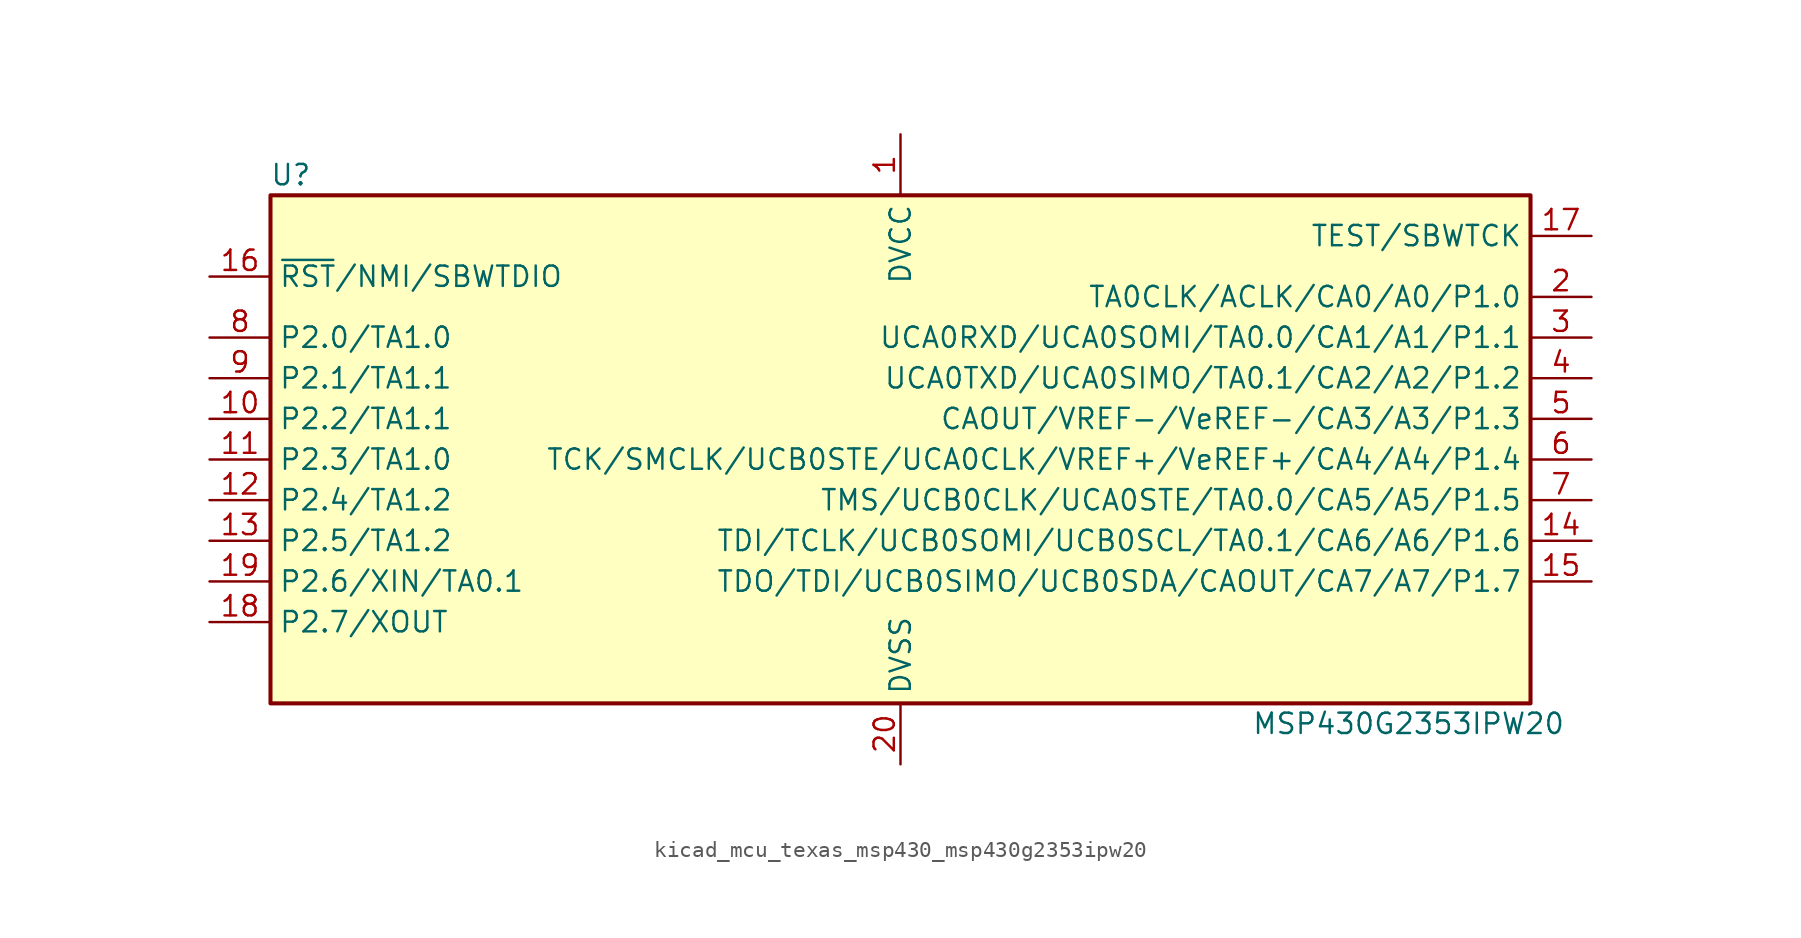
<source format=kicad_sym>
(kicad_symbol_lib
  (version 20220914)
  (generator kicad_symbol_editor)
  (symbol "kicad_mcu_texas_msp430_msp430g2353ipw20"
    (property "Reference" "U"
      (at -38.1 17.78 0)
      (effects (font (size 1.27 1.27))))
    (property "Value" "MSP430G2353IPW20"
      (at 31.75 -16.51 0)
      (effects (font (size 1.27 1.27))))
    (symbol "kicad_mcu_texas_msp430_msp430g2353ipw20_0_1"
      (rectangle (start -39.37 16.51) (end 39.37 -15.24) (stroke (width 0.254) (type default)) (fill (type background))))
    (symbol "kicad_mcu_texas_msp430_msp430g2353ipw20_1_1"
      (pin power_in line (at 0 20.32 270) (length 3.81) (name "DVCC" (effects (font (size 1.27 1.27)))) (number "1" (effects (font (size 1.27 1.27)))))
      (pin bidirectional line (at -43.18 2.54 0) (length 3.81) (name "P2.2/TA1.1" (effects (font (size 1.27 1.27)))) (number "10" (effects (font (size 1.27 1.27)))))
      (pin bidirectional line (at -43.18 0 0) (length 3.81) (name "P2.3/TA1.0" (effects (font (size 1.27 1.27)))) (number "11" (effects (font (size 1.27 1.27)))))
      (pin bidirectional line (at -43.18 -2.54 0) (length 3.81) (name "P2.4/TA1.2" (effects (font (size 1.27 1.27)))) (number "12" (effects (font (size 1.27 1.27)))))
      (pin bidirectional line (at -43.18 -5.08 0) (length 3.81) (name "P2.5/TA1.2" (effects (font (size 1.27 1.27)))) (number "13" (effects (font (size 1.27 1.27)))))
      (pin bidirectional line (at 43.18 -5.08 180) (length 3.81) (name "TDI/TCLK/UCB0SOMI/UCB0SCL/TA0.1/CA6/A6/P1.6" (effects (font (size 1.27 1.27)))) (number "14" (effects (font (size 1.27 1.27)))))
      (pin bidirectional line (at 43.18 -7.62 180) (length 3.81) (name "TDO/TDI/UCB0SIMO/UCB0SDA/CAOUT/CA7/A7/P1.7" (effects (font (size 1.27 1.27)))) (number "15" (effects (font (size 1.27 1.27)))))
      (pin input line (at -43.18 11.43 0) (length 3.81) (name "~{RST}/NMI/SBWTDIO" (effects (font (size 1.27 1.27)))) (number "16" (effects (font (size 1.27 1.27)))))
      (pin input line (at 43.18 13.97 180) (length 3.81) (name "TEST/SBWTCK" (effects (font (size 1.27 1.27)))) (number "17" (effects (font (size 1.27 1.27)))))
      (pin bidirectional line (at -43.18 -10.16 0) (length 3.81) (name "P2.7/XOUT" (effects (font (size 1.27 1.27)))) (number "18" (effects (font (size 1.27 1.27)))))
      (pin bidirectional line (at -43.18 -7.62 0) (length 3.81) (name "P2.6/XIN/TA0.1" (effects (font (size 1.27 1.27)))) (number "19" (effects (font (size 1.27 1.27)))))
      (pin bidirectional line (at 43.18 10.16 180) (length 3.81) (name "TA0CLK/ACLK/CA0/A0/P1.0" (effects (font (size 1.27 1.27)))) (number "2" (effects (font (size 1.27 1.27)))))
      (pin power_in line (at 0 -19.05 90) (length 3.81) (name "DVSS" (effects (font (size 1.27 1.27)))) (number "20" (effects (font (size 1.27 1.27)))))
      (pin bidirectional line (at 43.18 7.62 180) (length 3.81) (name "UCA0RXD/UCA0SOMI/TA0.0/CA1/A1/P1.1" (effects (font (size 1.27 1.27)))) (number "3" (effects (font (size 1.27 1.27)))))
      (pin bidirectional line (at 43.18 5.08 180) (length 3.81) (name "UCA0TXD/UCA0SIMO/TA0.1/CA2/A2/P1.2" (effects (font (size 1.27 1.27)))) (number "4" (effects (font (size 1.27 1.27)))))
      (pin bidirectional line (at 43.18 2.54 180) (length 3.81) (name "CAOUT/VREF-/VeREF-/CA3/A3/P1.3" (effects (font (size 1.27 1.27)))) (number "5" (effects (font (size 1.27 1.27)))))
      (pin bidirectional line (at 43.18 0 180) (length 3.81) (name "TCK/SMCLK/UCB0STE/UCA0CLK/VREF+/VeREF+/CA4/A4/P1.4" (effects (font (size 1.27 1.27)))) (number "6" (effects (font (size 1.27 1.27)))))
      (pin bidirectional line (at 43.18 -2.54 180) (length 3.81) (name "TMS/UCB0CLK/UCA0STE/TA0.0/CA5/A5/P1.5" (effects (font (size 1.27 1.27)))) (number "7" (effects (font (size 1.27 1.27)))))
      (pin bidirectional line (at -43.18 7.62 0) (length 3.81) (name "P2.0/TA1.0" (effects (font (size 1.27 1.27)))) (number "8" (effects (font (size 1.27 1.27)))))
      (pin bidirectional line (at -43.18 5.08 0) (length 3.81) (name "P2.1/TA1.1" (effects (font (size 1.27 1.27)))) (number "9" (effects (font (size 1.27 1.27))))))))
</source>
